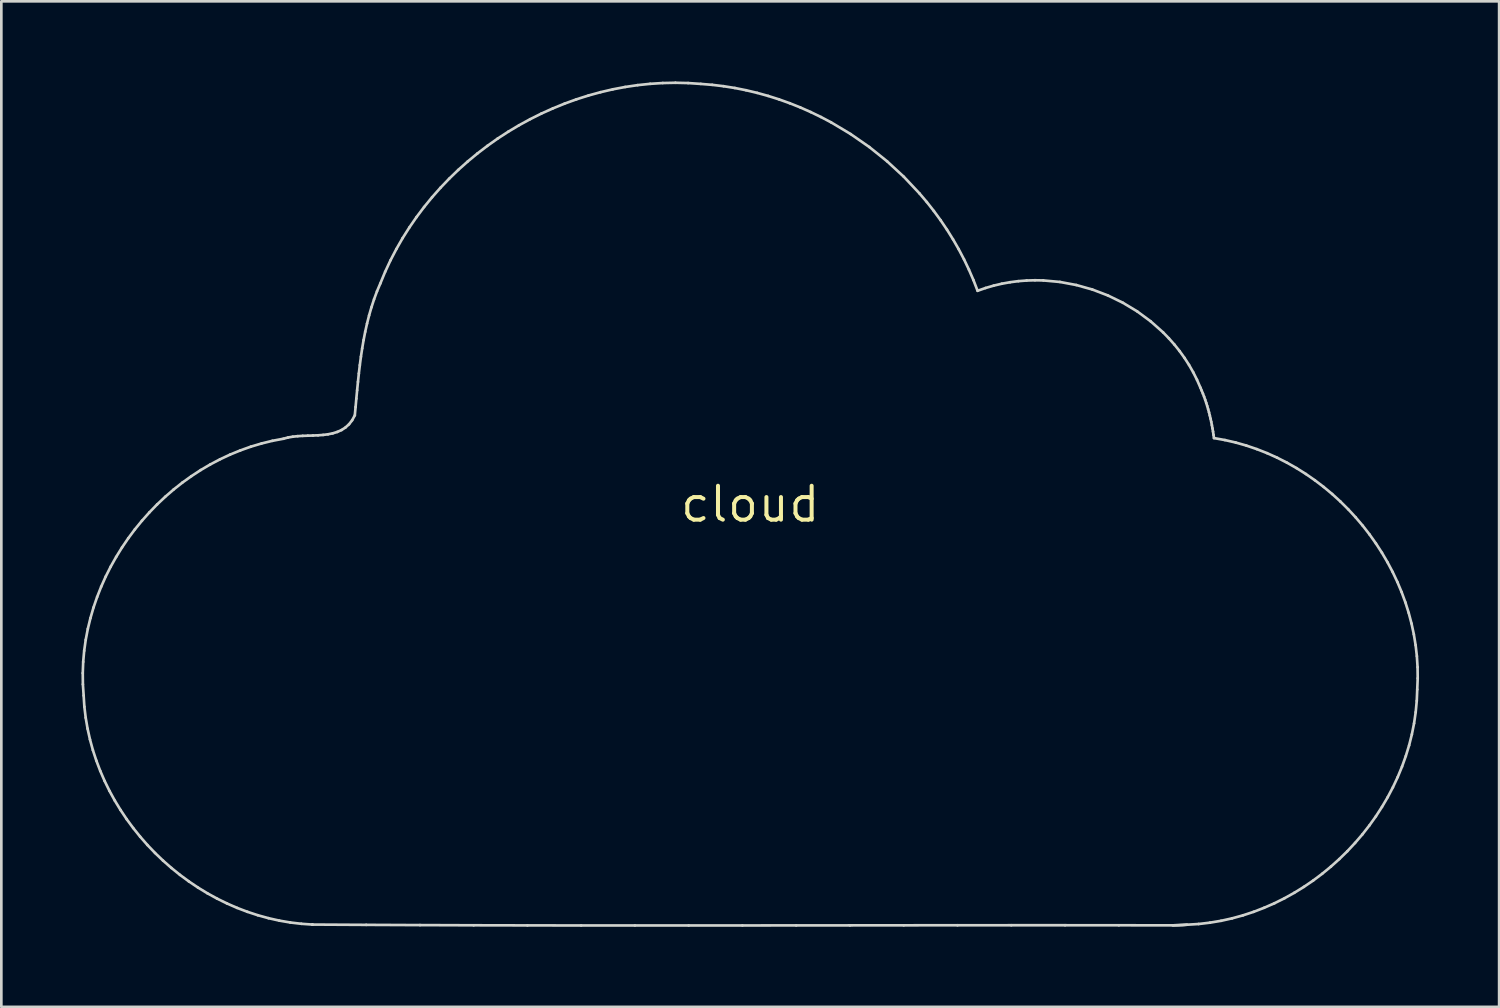
<source format=kicad_pcb>
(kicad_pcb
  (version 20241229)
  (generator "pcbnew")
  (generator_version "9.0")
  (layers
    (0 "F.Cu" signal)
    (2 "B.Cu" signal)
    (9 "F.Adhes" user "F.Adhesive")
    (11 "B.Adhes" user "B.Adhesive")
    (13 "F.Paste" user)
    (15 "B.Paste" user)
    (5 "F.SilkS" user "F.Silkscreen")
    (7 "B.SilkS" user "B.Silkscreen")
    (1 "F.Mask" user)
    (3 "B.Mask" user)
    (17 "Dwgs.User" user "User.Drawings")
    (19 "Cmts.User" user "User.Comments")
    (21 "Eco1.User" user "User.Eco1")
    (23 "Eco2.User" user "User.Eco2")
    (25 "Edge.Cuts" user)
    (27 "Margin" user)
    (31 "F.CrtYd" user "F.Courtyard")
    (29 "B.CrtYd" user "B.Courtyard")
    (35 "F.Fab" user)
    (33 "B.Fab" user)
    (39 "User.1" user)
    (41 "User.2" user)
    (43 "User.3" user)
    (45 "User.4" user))
  (footprint "cloud"
    (layer "F.Cu")
    (at 25.053 15.835)
    (property "Reference" "cloud" (at 0 0 0) (layer "F.SilkS") (effects (font (size 1.27 1.27) (thickness 0.15))))
    (attr through_hole)
    (fp_poly (pts (xy -2.074 -15.762) (xy -1.479 -15.717) (xy -0.974 -15.654) (xy -0.271 -15.529) (xy 0.418 -15.364) (xy 1.092 -15.161) (xy 1.749 -14.92) (xy 2.389 -14.642) (xy 3.01 -14.328) (xy 3.61 -13.98) (xy 4.189 -13.597) (xy 4.745 -13.181) (xy 5.276 -12.732) (xy 5.782 -12.253) (xy 6.261 -11.743) (xy 6.711 -11.203) (xy 7.132 -10.635) (xy 7.522 -10.039) (xy 7.78 -9.599) (xy 7.886 -9.404) (xy 7.995 -9.19) (xy 8.105 -8.967) (xy 8.211 -8.743) (xy 8.309 -8.525) (xy 8.395 -8.324) (xy 8.465 -8.147) (xy 8.489 -8.083) (xy 8.516 -8.006) (xy 8.634 -8.047) (xy 8.85 -8.114) (xy 9.096 -8.179) (xy 9.362 -8.239) (xy 9.634 -8.29) (xy 9.902 -8.332) (xy 10.154 -8.361) (xy 10.157 -8.362) (xy 10.325 -8.373) (xy 10.521 -8.379) (xy 10.736 -8.38) (xy 10.958 -8.376) (xy 11.179 -8.368) (xy 11.387 -8.356) (xy 11.573 -8.34) (xy 11.716 -8.322) (xy 12.251 -8.219) (xy 12.768 -8.078) (xy 13.265 -7.9) (xy 13.744 -7.683) (xy 14.205 -7.428) (xy 14.632 -7.146) (xy 15.02 -6.844) (xy 15.39 -6.508) (xy 15.738 -6.141) (xy 16.06 -5.751) (xy 16.351 -5.341) (xy 16.605 -4.919) (xy 16.633 -4.868) (xy 16.811 -4.506) (xy 16.972 -4.12) (xy 17.11 -3.723) (xy 17.223 -3.324) (xy 17.307 -2.936) (xy 17.323 -2.836) (xy 17.339 -2.737) (xy 17.353 -2.646) (xy 17.364 -2.577) (xy 17.368 -2.549) (xy 17.375 -2.519) (xy 17.388 -2.498) (xy 17.417 -2.483) (xy 17.469 -2.468) (xy 17.552 -2.452) (xy 17.574 -2.448) (xy 18.047 -2.342) (xy 18.53 -2.205) (xy 19.014 -2.039) (xy 19.489 -1.849) (xy 19.945 -1.638) (xy 20.372 -1.409) (xy 20.447 -1.365) (xy 20.981 -1.024) (xy 21.486 -0.654) (xy 21.961 -0.255) (xy 22.406 0.171) (xy 22.818 0.623) (xy 23.198 1.099) (xy 23.544 1.598) (xy 23.856 2.118) (xy 24.132 2.659) (xy 24.373 3.218) (xy 24.576 3.795) (xy 24.742 4.387) (xy 24.869 4.995) (xy 24.956 5.615) (xy 24.979 5.853) (xy 24.987 5.987) (xy 24.992 6.154) (xy 24.994 6.344) (xy 24.994 6.551) (xy 24.991 6.765) (xy 24.986 6.978) (xy 24.979 7.182) (xy 24.97 7.369) (xy 24.96 7.531) (xy 24.947 7.659) (xy 24.946 7.662) (xy 24.847 8.29) (xy 24.708 8.902) (xy 24.531 9.499) (xy 24.316 10.078) (xy 24.064 10.639) (xy 23.776 11.181) (xy 23.452 11.701) (xy 23.093 12.199) (xy 22.7 12.674) (xy 22.273 13.123) (xy 21.814 13.547) (xy 21.548 13.768) (xy 21.047 14.143) (xy 20.526 14.48) (xy 19.987 14.779) (xy 19.43 15.041) (xy 18.857 15.263) (xy 18.268 15.447) (xy 17.665 15.592) (xy 17.048 15.697) (xy 16.419 15.762) (xy 16.309 15.769) (xy 16.268 15.77) (xy 16.187 15.771) (xy 16.065 15.772) (xy 15.905 15.773) (xy 15.708 15.774) (xy 15.475 15.775) (xy 15.207 15.776) (xy 14.906 15.777) (xy 14.572 15.778) (xy 14.208 15.778) (xy 13.814 15.779) (xy 13.392 15.78) (xy 12.942 15.781) (xy 12.467 15.781) (xy 11.967 15.782) (xy 11.444 15.783) (xy 10.899 15.783) (xy 10.333 15.784) (xy 9.747 15.784) (xy 9.144 15.785) (xy 8.523 15.785) (xy 7.887 15.785) (xy 7.236 15.786) (xy 6.573 15.786) (xy 5.897 15.786) (xy 5.211 15.787) (xy 4.515 15.787) (xy 3.812 15.787) (xy 3.102 15.787) (xy 2.386 15.787) (xy 1.666 15.787) (xy 0.943 15.787) (xy 0.218 15.787) (xy -0.507 15.787) (xy -1.231 15.787) (xy -1.954 15.787) (xy -2.672 15.787) (xy -3.387 15.787) (xy -4.095 15.786) (xy -4.796 15.786) (xy -5.488 15.786) (xy -6.171 15.786) (xy -6.843 15.785) (xy -7.503 15.785) (xy -8.149 15.784) (xy -8.78 15.784) (xy -9.395 15.784) (xy -9.993 15.783) (xy -10.572 15.782) (xy -11.131 15.782) (xy -11.669 15.781) (xy -12.185 15.781) (xy -12.677 15.78) (xy -13.144 15.779) (xy -13.585 15.778) (xy -13.998 15.778) (xy -14.383 15.777) (xy -14.737 15.776) (xy -15.06 15.775) (xy -15.351 15.774) (xy -15.608 15.773) (xy -15.829 15.772) (xy -16.015 15.771) (xy -16.162 15.77) (xy -16.271 15.769) (xy -16.339 15.768) (xy -16.362 15.767) (xy -16.974 15.71) (xy -17.575 15.613) (xy -18.163 15.478) (xy -18.737 15.305) (xy -19.296 15.096) (xy -19.837 14.853) (xy -20.359 14.576) (xy -20.862 14.267) (xy -21.343 13.927) (xy -21.801 13.557) (xy -22.235 13.159) (xy -22.643 12.734) (xy -23.024 12.283) (xy -23.375 11.808) (xy -23.697 11.31) (xy -23.987 10.79) (xy -24.244 10.249) (xy -24.467 9.69) (xy -24.653 9.112) (xy -24.802 8.517) (xy -24.858 8.234) (xy -24.892 8.044) (xy -24.919 7.873) (xy -24.941 7.713) (xy -24.958 7.557) (xy -24.97 7.397) (xy -24.979 7.225) (xy -24.984 7.032) (xy -24.987 6.813) (xy -24.987 6.583) (xy -24.987 6.43) (xy -22.325 6.43) (xy -22.317 6.933) (xy -22.27 7.432) (xy -22.186 7.925) (xy -22.064 8.411) (xy -21.904 8.886) (xy -21.708 9.35) (xy -21.475 9.798) (xy -21.206 10.23) (xy -20.902 10.643) (xy -20.562 11.035) (xy -20.415 11.187) (xy -20.033 11.539) (xy -19.626 11.86) (xy -19.197 12.146) (xy -18.749 12.397) (xy -18.283 12.613) (xy -17.804 12.79) (xy -17.312 12.929) (xy -16.812 13.028) (xy -16.403 13.079) (xy -16.369 13.08) (xy -16.293 13.081) (xy -16.178 13.082) (xy -16.025 13.083) (xy -15.834 13.084) (xy -15.607 13.085) (xy -15.345 13.086) (xy -15.05 13.087) (xy -14.723 13.088) (xy -14.364 13.089) (xy -13.976 13.09) (xy -13.559 13.09) (xy -13.116 13.091) (xy -12.646 13.092) (xy -12.151 13.093) (xy -11.633 13.093) (xy -11.093 13.094) (xy -10.532 13.094) (xy -9.951 13.095) (xy -9.352 13.095) (xy -8.736 13.096) (xy -8.104 13.096) (xy -7.457 13.097) (xy -6.797 13.097) (xy -6.124 13.098) (xy -5.441 13.098) (xy -4.749 13.098) (xy -4.048 13.098) (xy -3.34 13.099) (xy -2.626 13.099) (xy -1.907 13.099) (xy -1.186 13.099) (xy -0.462 13.099) (xy 0.263 13.099) (xy 0.987 13.099) (xy 1.709 13.099) (xy 2.428 13.099) (xy 3.143 13.099) (xy 3.853 13.099) (xy 4.555 13.099) (xy 5.25 13.099) (xy 5.935 13.098) (xy 6.61 13.098) (xy 7.273 13.098) (xy 7.923 13.098) (xy 8.558 13.097) (xy 9.178 13.097) (xy 9.781 13.096) (xy 10.366 13.096) (xy 10.931 13.095) (xy 11.476 13.095) (xy 11.999 13.094) (xy 12.499 13.094) (xy 12.974 13.093) (xy 13.424 13.092) (xy 13.847 13.091) (xy 14.241 13.091) (xy 14.606 13.09) (xy 14.94 13.089) (xy 15.243 13.088) (xy 15.512 13.087) (xy 15.747 13.086) (xy 15.945 13.085) (xy 16.107 13.084) (xy 16.231 13.083) (xy 16.315 13.082) (xy 16.358 13.081) (xy 16.362 13.081) (xy 16.877 13.015) (xy 17.379 12.91) (xy 17.868 12.767) (xy 18.341 12.588) (xy 18.796 12.374) (xy 19.232 12.126) (xy 19.647 11.846) (xy 20.039 11.536) (xy 20.406 11.197) (xy 20.747 10.831) (xy 21.06 10.439) (xy 21.343 10.023) (xy 21.593 9.584) (xy 21.811 9.123) (xy 21.992 8.643) (xy 22.13 8.174) (xy 22.237 7.663) (xy 22.303 7.147) (xy 22.327 6.625) (xy 22.309 6.102) (xy 22.25 5.578) (xy 22.169 5.144) (xy 22.127 4.973) (xy 22.07 4.776) (xy 22.003 4.565) (xy 21.93 4.353) (xy 21.855 4.15) (xy 21.782 3.97) (xy 21.749 3.897) (xy 21.515 3.432) (xy 21.249 2.995) (xy 20.951 2.581) (xy 20.617 2.189) (xy 20.405 1.968) (xy 20.02 1.612) (xy 19.616 1.294) (xy 19.192 1.011) (xy 18.744 0.763) (xy 18.445 0.621) (xy 18.054 0.462) (xy 17.664 0.332) (xy 17.266 0.229) (xy 16.853 0.15) (xy 16.414 0.094) (xy 16.188 0.075) (xy 16.006 0.059) (xy 15.858 0.042) (xy 15.737 0.022) (xy 15.634 -0.003) (xy 15.542 -0.036) (xy 15.452 -0.077) (xy 15.388 -0.111) (xy 15.279 -0.186) (xy 15.163 -0.287) (xy 15.051 -0.404) (xy 14.953 -0.525) (xy 14.879 -0.639) (xy 14.876 -0.646) (xy 14.83 -0.738) (xy 14.794 -0.823) (xy 14.768 -0.906) (xy 14.749 -0.996) (xy 14.737 -1.1) (xy 14.731 -1.224) (xy 14.729 -1.377) (xy 14.729 -1.545) (xy 14.73 -1.762) (xy 14.726 -1.943) (xy 14.718 -2.094) (xy 14.705 -2.222) (xy 14.701 -2.252) (xy 14.623 -2.657) (xy 14.508 -3.046) (xy 14.356 -3.417) (xy 14.171 -3.767) (xy 13.953 -4.095) (xy 13.704 -4.399) (xy 13.427 -4.676) (xy 13.124 -4.926) (xy 12.795 -5.144) (xy 12.443 -5.331) (xy 12.07 -5.483) (xy 11.678 -5.599) (xy 11.599 -5.617) (xy 11.198 -5.685) (xy 10.798 -5.71) (xy 10.399 -5.694) (xy 10.004 -5.636) (xy 9.614 -5.537) (xy 9.23 -5.397) (xy 8.854 -5.217) (xy 8.554 -5.039) (xy 8.426 -4.959) (xy 8.322 -4.898) (xy 8.232 -4.854) (xy 8.147 -4.82) (xy 8.057 -4.793) (xy 7.986 -4.776) (xy 7.756 -4.745) (xy 7.527 -4.754) (xy 7.305 -4.803) (xy 7.093 -4.891) (xy 6.897 -5.015) (xy 6.753 -5.142) (xy 6.665 -5.236) (xy 6.592 -5.329) (xy 6.531 -5.429) (xy 6.477 -5.543) (xy 6.428 -5.679) (xy 6.379 -5.844) (xy 6.341 -5.99) (xy 6.165 -6.605) (xy 5.952 -7.202) (xy 5.701 -7.779) (xy 5.412 -8.336) (xy 5.086 -8.873) (xy 4.724 -9.389) (xy 4.46 -9.724) (xy 4.385 -9.811) (xy 4.287 -9.921) (xy 4.172 -10.044) (xy 4.048 -10.175) (xy 3.922 -10.305) (xy 3.834 -10.394) (xy 3.465 -10.745) (xy 3.097 -11.062) (xy 2.723 -11.349) (xy 2.334 -11.614) (xy 1.921 -11.861) (xy 1.476 -12.097) (xy 1.439 -12.115) (xy 0.875 -12.375) (xy 0.31 -12.594) (xy -0.259 -12.772) (xy -0.837 -12.911) (xy -1.426 -13.011) (xy -2.031 -13.073) (xy -2.498 -13.095) (xy -3.123 -13.091) (xy -3.742 -13.045) (xy -4.351 -12.959) (xy -4.951 -12.833) (xy -5.539 -12.668) (xy -6.113 -12.465) (xy -6.672 -12.224) (xy -7.215 -11.947) (xy -7.739 -11.634) (xy -8.244 -11.287) (xy -8.727 -10.904) (xy -9.187 -10.489) (xy -9.623 -10.04) (xy -10.033 -9.56) (xy -10.188 -9.36) (xy -10.537 -8.866) (xy -10.853 -8.345) (xy -11.135 -7.803) (xy -11.382 -7.242) (xy -11.592 -6.666) (xy -11.763 -6.079) (xy -11.864 -5.641) (xy -11.908 -5.409) (xy -11.946 -5.184) (xy -11.977 -4.956) (xy -12.003 -4.717) (xy -12.024 -4.46) (xy -12.042 -4.176) (xy -12.054 -3.926) (xy -12.064 -3.723) (xy -12.073 -3.555) (xy -12.082 -3.416) (xy -12.092 -3.302) (xy -12.102 -3.204) (xy -12.115 -3.116) (xy -12.13 -3.034) (xy -12.138 -2.994) (xy -12.239 -2.609) (xy -12.377 -2.24) (xy -12.552 -1.89) (xy -12.76 -1.561) (xy -12.999 -1.256) (xy -13.267 -0.977) (xy -13.563 -0.726) (xy -13.884 -0.505) (xy -14.228 -0.317) (xy -14.593 -0.165) (xy -14.699 -0.128) (xy -14.878 -0.074) (xy -15.051 -0.031) (xy -15.227 0.003) (xy -15.416 0.028) (xy -15.628 0.047) (xy -15.871 0.061) (xy -15.917 0.063) (xy -16.327 0.088) (xy -16.705 0.128) (xy -17.059 0.184) (xy -17.398 0.257) (xy -17.73 0.351) (xy -18.063 0.465) (xy -18.076 0.47) (xy -18.556 0.67) (xy -19.009 0.902) (xy -19.438 1.167) (xy -19.847 1.468) (xy -20.238 1.807) (xy -20.416 1.979) (xy -20.773 2.363) (xy -21.091 2.765) (xy -21.374 3.186) (xy -21.621 3.629) (xy -21.772 3.948) (xy -21.963 4.433) (xy -22.113 4.926) (xy -22.223 5.425) (xy -22.294 5.927) (xy -22.325 6.43) (xy -24.987 6.43) (xy -24.987 6.359) (xy -24.985 6.169) (xy -24.982 6.007) (xy -24.977 5.864) (xy -24.969 5.733) (xy -24.957 5.606) (xy -24.942 5.476) (xy -24.922 5.334) (xy -24.898 5.173) (xy -24.88 5.059) (xy -24.774 4.516) (xy -24.63 3.969) (xy -24.451 3.427) (xy -24.241 2.896) (xy -24.002 2.386) (xy -23.831 2.066) (xy -23.754 1.936) (xy -23.658 1.782) (xy -23.549 1.614) (xy -23.435 1.441) (xy -23.319 1.273) (xy -23.21 1.118) (xy -23.113 0.985) (xy -23.071 0.931) (xy -22.66 0.444) (xy -22.224 -0.01) (xy -21.764 -0.43) (xy -21.28 -0.815) (xy -20.772 -1.165) (xy -20.243 -1.48) (xy -19.692 -1.758) (xy -19.12 -2) (xy -18.701 -2.15) (xy -18.263 -2.284) (xy -17.837 -2.392) (xy -17.412 -2.477) (xy -16.975 -2.541) (xy -16.518 -2.585) (xy -16.199 -2.604) (xy -16.019 -2.613) (xy -15.874 -2.622) (xy -15.758 -2.633) (xy -15.663 -2.646) (xy -15.584 -2.663) (xy -15.513 -2.685) (xy -15.443 -2.713) (xy -15.37 -2.747) (xy -15.193 -2.856) (xy -15.039 -2.998) (xy -14.913 -3.169) (xy -14.861 -3.266) (xy -14.812 -3.377) (xy -14.777 -3.482) (xy -14.753 -3.592) (xy -14.739 -3.718) (xy -14.733 -3.869) (xy -14.732 -3.967) (xy -14.724 -4.294) (xy -14.703 -4.649) (xy -14.67 -5.021) (xy -14.625 -5.398) (xy -14.569 -5.768) (xy -14.562 -5.81) (xy -14.497 -6.169) (xy -14.425 -6.505) (xy -14.343 -6.834) (xy -14.249 -7.169) (xy -14.137 -7.522) (xy -14.094 -7.651) (xy -13.853 -8.302) (xy -13.573 -8.938) (xy -13.254 -9.559) (xy -12.899 -10.161) (xy -12.509 -10.742) (xy -12.085 -11.3) (xy -11.629 -11.834) (xy -11.142 -12.34) (xy -11.089 -12.391) (xy -10.557 -12.877) (xy -10.002 -13.328) (xy -9.426 -13.742) (xy -8.829 -14.12) (xy -8.213 -14.461) (xy -7.578 -14.764) (xy -6.925 -15.03) (xy -6.256 -15.256) (xy -5.571 -15.444) (xy -4.871 -15.592) (xy -4.444 -15.662) (xy -3.874 -15.729) (xy -3.282 -15.768) (xy -2.679 -15.779) (xy -2.074 -15.762)) (stroke (width 0.01) (type solid)) (fill yes) (layer "F.Mask"))
    (fp_line (start -25.003 6.327) (end -24.987 5.908) (stroke (width 0.1) (type solid)) (layer "Edge.Cuts"))
    (fp_line (start -24.998 6.747) (end -25.003 6.327) (stroke (width 0.1) (type solid)) (layer "Edge.Cuts"))
    (fp_line (start -24.987 5.908) (end -24.95 5.493) (stroke (width 0.1) (type solid)) (layer "Edge.Cuts"))
    (fp_line (start -24.97 7.168) (end -24.998 6.747) (stroke (width 0.1) (type solid)) (layer "Edge.Cuts"))
    (fp_line (start -24.95 5.493) (end -24.892 5.08) (stroke (width 0.1) (type solid)) (layer "Edge.Cuts"))
    (fp_line (start -24.943 7.585) (end -24.97 7.168) (stroke (width 0.1) (type solid)) (layer "Edge.Cuts"))
    (fp_line (start -24.893 7.999) (end -24.943 7.585) (stroke (width 0.1) (type solid)) (layer "Edge.Cuts"))
    (fp_line (start -24.892 5.08) (end -24.814 4.672) (stroke (width 0.1) (type solid)) (layer "Edge.Cuts"))
    (fp_line (start -24.823 8.409) (end -24.893 7.999) (stroke (width 0.1) (type solid)) (layer "Edge.Cuts"))
    (fp_line (start -24.814 4.672) (end -24.716 4.268) (stroke (width 0.1) (type solid)) (layer "Edge.Cuts"))
    (fp_line (start -24.733 8.813) (end -24.823 8.409) (stroke (width 0.1) (type solid)) (layer "Edge.Cuts"))
    (fp_line (start -24.716 4.268) (end -24.6 3.869) (stroke (width 0.1) (type solid)) (layer "Edge.Cuts"))
    (fp_line (start -24.624 9.212) (end -24.733 8.813) (stroke (width 0.1) (type solid)) (layer "Edge.Cuts"))
    (fp_line (start -24.6 3.869) (end -24.465 3.476) (stroke (width 0.1) (type solid)) (layer "Edge.Cuts"))
    (fp_line (start -24.495 9.605) (end -24.624 9.212) (stroke (width 0.1) (type solid)) (layer "Edge.Cuts"))
    (fp_line (start -24.465 3.476) (end -24.313 3.09) (stroke (width 0.1) (type solid)) (layer "Edge.Cuts"))
    (fp_line (start -24.348 9.991) (end -24.495 9.605) (stroke (width 0.1) (type solid)) (layer "Edge.Cuts"))
    (fp_line (start -24.313 3.09) (end -24.143 2.71) (stroke (width 0.1) (type solid)) (layer "Edge.Cuts"))
    (fp_line (start -24.184 10.369) (end -24.348 9.991) (stroke (width 0.1) (type solid)) (layer "Edge.Cuts"))
    (fp_line (start -24.143 2.71) (end -23.956 2.339) (stroke (width 0.1) (type solid)) (layer "Edge.Cuts"))
    (fp_line (start -24.002 10.74) (end -24.184 10.369) (stroke (width 0.1) (type solid)) (layer "Edge.Cuts"))
    (fp_line (start -23.956 2.339) (end -23.752 1.976) (stroke (width 0.1) (type solid)) (layer "Edge.Cuts"))
    (fp_line (start -23.803 11.102) (end -24.002 10.74) (stroke (width 0.1) (type solid)) (layer "Edge.Cuts"))
    (fp_line (start -23.752 1.976) (end -23.533 1.621) (stroke (width 0.1) (type solid)) (layer "Edge.Cuts"))
    (fp_line (start -23.588 11.455) (end -23.803 11.102) (stroke (width 0.1) (type solid)) (layer "Edge.Cuts"))
    (fp_line (start -23.533 1.621) (end -23.299 1.277) (stroke (width 0.1) (type solid)) (layer "Edge.Cuts"))
    (fp_line (start -23.358 11.799) (end -23.588 11.455) (stroke (width 0.1) (type solid)) (layer "Edge.Cuts"))
    (fp_line (start -23.299 1.277) (end -23.05 0.943) (stroke (width 0.1) (type solid)) (layer "Edge.Cuts"))
    (fp_line (start -23.113 12.132) (end -23.358 11.799) (stroke (width 0.1) (type solid)) (layer "Edge.Cuts"))
    (fp_line (start -23.05 0.943) (end -22.786 0.62) (stroke (width 0.1) (type solid)) (layer "Edge.Cuts"))
    (fp_line (start -22.854 12.454) (end -23.113 12.132) (stroke (width 0.1) (type solid)) (layer "Edge.Cuts"))
    (fp_line (start -22.786 0.62) (end -22.509 0.309) (stroke (width 0.1) (type solid)) (layer "Edge.Cuts"))
    (fp_line (start -22.581 12.766) (end -22.854 12.454) (stroke (width 0.1) (type solid)) (layer "Edge.Cuts"))
    (fp_line (start -22.509 0.309) (end -22.219 0.01) (stroke (width 0.1) (type solid)) (layer "Edge.Cuts"))
    (fp_line (start -22.295 13.065) (end -22.581 12.766) (stroke (width 0.1) (type solid)) (layer "Edge.Cuts"))
    (fp_line (start -22.219 0.01) (end -21.916 -0.276) (stroke (width 0.1) (type solid)) (layer "Edge.Cuts"))
    (fp_line (start -21.996 13.351) (end -22.295 13.065) (stroke (width 0.1) (type solid)) (layer "Edge.Cuts"))
    (fp_line (start -21.916 -0.276) (end -21.601 -0.548) (stroke (width 0.1) (type solid)) (layer "Edge.Cuts"))
    (fp_line (start -21.685 13.624) (end -21.996 13.351) (stroke (width 0.1) (type solid)) (layer "Edge.Cuts"))
    (fp_line (start -21.601 -0.548) (end -21.275 -0.806) (stroke (width 0.1) (type solid)) (layer "Edge.Cuts"))
    (fp_line (start -21.363 13.884) (end -21.685 13.624) (stroke (width 0.1) (type solid)) (layer "Edge.Cuts"))
    (fp_line (start -21.275 -0.806) (end -20.937 -1.048) (stroke (width 0.1) (type solid)) (layer "Edge.Cuts"))
    (fp_line (start -21.03 14.129) (end -21.363 13.884) (stroke (width 0.1) (type solid)) (layer "Edge.Cuts"))
    (fp_line (start -20.937 -1.048) (end -20.589 -1.276) (stroke (width 0.1) (type solid)) (layer "Edge.Cuts"))
    (fp_line (start -20.687 14.36) (end -21.03 14.129) (stroke (width 0.1) (type solid)) (layer "Edge.Cuts"))
    (fp_line (start -20.589 -1.276) (end -20.23 -1.487) (stroke (width 0.1) (type solid)) (layer "Edge.Cuts"))
    (fp_line (start -20.334 14.575) (end -20.687 14.36) (stroke (width 0.1) (type solid)) (layer "Edge.Cuts"))
    (fp_line (start -20.23 -1.487) (end -19.862 -1.681) (stroke (width 0.1) (type solid)) (layer "Edge.Cuts"))
    (fp_line (start -19.972 14.774) (end -20.334 14.575) (stroke (width 0.1) (type solid)) (layer "Edge.Cuts"))
    (fp_line (start -19.862 -1.681) (end -19.486 -1.857) (stroke (width 0.1) (type solid)) (layer "Edge.Cuts"))
    (fp_line (start -19.601 14.956) (end -19.972 14.774) (stroke (width 0.1) (type solid)) (layer "Edge.Cuts"))
    (fp_line (start -19.486 -1.857) (end -19.1 -2.015) (stroke (width 0.1) (type solid)) (layer "Edge.Cuts"))
    (fp_line (start -19.223 15.121) (end -19.601 14.956) (stroke (width 0.1) (type solid)) (layer "Edge.Cuts"))
    (fp_line (start -19.1 -2.015) (end -18.707 -2.155) (stroke (width 0.1) (type solid)) (layer "Edge.Cuts"))
    (fp_line (start -18.837 15.268) (end -19.223 15.121) (stroke (width 0.1) (type solid)) (layer "Edge.Cuts"))
    (fp_line (start -18.707 -2.155) (end -18.306 -2.274) (stroke (width 0.1) (type solid)) (layer "Edge.Cuts"))
    (fp_line (start -18.444 15.397) (end -18.837 15.268) (stroke (width 0.1) (type solid)) (layer "Edge.Cuts"))
    (fp_line (start -18.306 -2.274) (end -17.899 -2.374) (stroke (width 0.1) (type solid)) (layer "Edge.Cuts"))
    (fp_line (start -18.045 15.507) (end -18.444 15.397) (stroke (width 0.1) (type solid)) (layer "Edge.Cuts"))
    (fp_line (start -17.899 -2.374) (end -17.485 -2.452) (stroke (width 0.1) (type solid)) (layer "Edge.Cuts"))
    (fp_line (start -17.641 15.598) (end -18.045 15.507) (stroke (width 0.1) (type solid)) (layer "Edge.Cuts"))
    (fp_line (start -17.485 -2.452) (end -17.315 -2.498) (stroke (width 0.1) (type solid)) (layer "Edge.Cuts"))
    (fp_line (start -17.315 -2.498) (end -17.137 -2.528) (stroke (width 0.1) (type solid)) (layer "Edge.Cuts"))
    (fp_line (start -17.232 15.668) (end -17.641 15.598) (stroke (width 0.1) (type solid)) (layer "Edge.Cuts"))
    (fp_line (start -17.137 -2.528) (end -16.953 -2.548) (stroke (width 0.1) (type solid)) (layer "Edge.Cuts"))
    (fp_line (start -16.953 -2.548) (end -16.764 -2.559) (stroke (width 0.1) (type solid)) (layer "Edge.Cuts"))
    (fp_line (start -16.818 15.717) (end -17.232 15.668) (stroke (width 0.1) (type solid)) (layer "Edge.Cuts"))
    (fp_line (start -16.764 -2.559) (end -16.573 -2.566) (stroke (width 0.1) (type solid)) (layer "Edge.Cuts"))
    (fp_line (start -16.573 -2.566) (end -16.38 -2.572) (stroke (width 0.1) (type solid)) (layer "Edge.Cuts"))
    (fp_line (start -16.4 15.746) (end -16.818 15.717) (stroke (width 0.1) (type solid)) (layer "Edge.Cuts"))
    (fp_line (start -16.4 15.746) (end -16.4 15.746) (stroke (width 0.1) (type solid)) (layer "Edge.Cuts"))
    (fp_line (start -16.4 15.746) (end -16.4 15.746) (stroke (width 0.1) (type solid)) (layer "Edge.Cuts"))
    (fp_line (start -16.38 -2.572) (end -16.189 -2.58) (stroke (width 0.1) (type solid)) (layer "Edge.Cuts"))
    (fp_line (start -16.189 -2.58) (end -16 -2.594) (stroke (width 0.1) (type solid)) (layer "Edge.Cuts"))
    (fp_line (start -16 -2.594) (end -15.816 -2.618) (stroke (width 0.1) (type solid)) (layer "Edge.Cuts"))
    (fp_line (start -15.816 -2.618) (end -15.639 -2.654) (stroke (width 0.1) (type solid)) (layer "Edge.Cuts"))
    (fp_line (start -15.639 -2.654) (end -15.47 -2.706) (stroke (width 0.1) (type solid)) (layer "Edge.Cuts"))
    (fp_line (start -15.47 -2.706) (end -15.311 -2.777) (stroke (width 0.1) (type solid)) (layer "Edge.Cuts"))
    (fp_line (start -15.311 -2.777) (end -15.164 -2.872) (stroke (width 0.1) (type solid)) (layer "Edge.Cuts"))
    (fp_line (start -15.164 -2.872) (end -15.03 -2.993) (stroke (width 0.1) (type solid)) (layer "Edge.Cuts"))
    (fp_line (start -15.03 -2.993) (end -14.913 -3.144) (stroke (width 0.1) (type solid)) (layer "Edge.Cuts"))
    (fp_line (start -14.913 -3.144) (end -14.813 -3.328) (stroke (width 0.1) (type solid)) (layer "Edge.Cuts"))
    (fp_line (start -14.813 -3.328) (end -14.784 -3.64) (stroke (width 0.1) (type solid)) (layer "Edge.Cuts"))
    (fp_line (start -14.784 -3.64) (end -14.756 -3.953) (stroke (width 0.1) (type solid)) (layer "Edge.Cuts"))
    (fp_line (start -14.756 -3.953) (end -14.726 -4.267) (stroke (width 0.1) (type solid)) (layer "Edge.Cuts"))
    (fp_line (start -14.726 -4.267) (end -14.695 -4.581) (stroke (width 0.1) (type solid)) (layer "Edge.Cuts"))
    (fp_line (start -14.695 -4.581) (end -14.662 -4.896) (stroke (width 0.1) (type solid)) (layer "Edge.Cuts"))
    (fp_line (start -14.662 -4.896) (end -14.625 -5.21) (stroke (width 0.1) (type solid)) (layer "Edge.Cuts"))
    (fp_line (start -14.625 -5.21) (end -14.584 -5.523) (stroke (width 0.1) (type solid)) (layer "Edge.Cuts"))
    (fp_line (start -14.584 -5.523) (end -14.537 -5.836) (stroke (width 0.1) (type solid)) (layer "Edge.Cuts"))
    (fp_line (start -14.537 -5.836) (end -14.484 -6.147) (stroke (width 0.1) (type solid)) (layer "Edge.Cuts"))
    (fp_line (start -14.484 -6.147) (end -14.424 -6.457) (stroke (width 0.1) (type solid)) (layer "Edge.Cuts"))
    (fp_line (start -14.424 -6.457) (end -14.355 -6.765) (stroke (width 0.1) (type solid)) (layer "Edge.Cuts"))
    (fp_line (start -14.387 15.757) (end -16.4 15.746) (stroke (width 0.1) (type solid)) (layer "Edge.Cuts"))
    (fp_line (start -14.355 -6.765) (end -14.278 -7.071) (stroke (width 0.1) (type solid)) (layer "Edge.Cuts"))
    (fp_line (start -14.278 -7.071) (end -14.19 -7.375) (stroke (width 0.1) (type solid)) (layer "Edge.Cuts"))
    (fp_line (start -14.19 -7.375) (end -14.092 -7.675) (stroke (width 0.1) (type solid)) (layer "Edge.Cuts"))
    (fp_line (start -14.092 -7.675) (end -13.982 -7.973) (stroke (width 0.1) (type solid)) (layer "Edge.Cuts"))
    (fp_line (start -13.982 -7.973) (end -13.858 -8.266) (stroke (width 0.1) (type solid)) (layer "Edge.Cuts"))
    (fp_line (start -13.858 -8.266) (end -13.676 -8.706) (stroke (width 0.1) (type solid)) (layer "Edge.Cuts"))
    (fp_line (start -13.676 -8.706) (end -13.476 -9.136) (stroke (width 0.1) (type solid)) (layer "Edge.Cuts"))
    (fp_line (start -13.476 -9.136) (end -13.257 -9.556) (stroke (width 0.1) (type solid)) (layer "Edge.Cuts"))
    (fp_line (start -13.257 -9.556) (end -13.022 -9.966) (stroke (width 0.1) (type solid)) (layer "Edge.Cuts"))
    (fp_line (start -13.022 -9.966) (end -12.769 -10.366) (stroke (width 0.1) (type solid)) (layer "Edge.Cuts"))
    (fp_line (start -12.769 -10.366) (end -12.501 -10.754) (stroke (width 0.1) (type solid)) (layer "Edge.Cuts"))
    (fp_line (start -12.501 -10.754) (end -12.217 -11.132) (stroke (width 0.1) (type solid)) (layer "Edge.Cuts"))
    (fp_line (start -12.374 15.766) (end -14.387 15.757) (stroke (width 0.1) (type solid)) (layer "Edge.Cuts"))
    (fp_line (start -12.217 -11.132) (end -11.919 -11.497) (stroke (width 0.1) (type solid)) (layer "Edge.Cuts"))
    (fp_line (start -11.919 -11.497) (end -11.606 -11.85) (stroke (width 0.1) (type solid)) (layer "Edge.Cuts"))
    (fp_line (start -11.606 -11.85) (end -11.279 -12.191) (stroke (width 0.1) (type solid)) (layer "Edge.Cuts"))
    (fp_line (start -11.279 -12.191) (end -10.94 -12.519) (stroke (width 0.1) (type solid)) (layer "Edge.Cuts"))
    (fp_line (start -10.94 -12.519) (end -10.588 -12.833) (stroke (width 0.1) (type solid)) (layer "Edge.Cuts"))
    (fp_line (start -10.588 -12.833) (end -10.224 -13.134) (stroke (width 0.1) (type solid)) (layer "Edge.Cuts"))
    (fp_line (start -10.361 15.773) (end -12.374 15.766) (stroke (width 0.1) (type solid)) (layer "Edge.Cuts"))
    (fp_line (start -10.224 -13.134) (end -9.848 -13.421) (stroke (width 0.1) (type solid)) (layer "Edge.Cuts"))
    (fp_line (start -9.848 -13.421) (end -9.463 -13.694) (stroke (width 0.1) (type solid)) (layer "Edge.Cuts"))
    (fp_line (start -9.463 -13.694) (end -9.067 -13.951) (stroke (width 0.1) (type solid)) (layer "Edge.Cuts"))
    (fp_line (start -9.067 -13.951) (end -8.661 -14.194) (stroke (width 0.1) (type solid)) (layer "Edge.Cuts"))
    (fp_line (start -8.661 -14.194) (end -8.247 -14.42) (stroke (width 0.1) (type solid)) (layer "Edge.Cuts"))
    (fp_line (start -8.348 15.777) (end -10.361 15.773) (stroke (width 0.1) (type solid)) (layer "Edge.Cuts"))
    (fp_line (start -8.247 -14.42) (end -7.825 -14.631) (stroke (width 0.1) (type solid)) (layer "Edge.Cuts"))
    (fp_line (start -7.825 -14.631) (end -7.394 -14.825) (stroke (width 0.1) (type solid)) (layer "Edge.Cuts"))
    (fp_line (start -7.394 -14.825) (end -6.957 -15.003) (stroke (width 0.1) (type solid)) (layer "Edge.Cuts"))
    (fp_line (start -6.957 -15.003) (end -6.514 -15.164) (stroke (width 0.1) (type solid)) (layer "Edge.Cuts"))
    (fp_line (start -6.514 -15.164) (end -6.064 -15.307) (stroke (width 0.1) (type solid)) (layer "Edge.Cuts"))
    (fp_line (start -6.335 15.78) (end -8.348 15.777) (stroke (width 0.1) (type solid)) (layer "Edge.Cuts"))
    (fp_line (start -6.064 -15.307) (end -5.609 -15.432) (stroke (width 0.1) (type solid)) (layer "Edge.Cuts"))
    (fp_line (start -5.609 -15.432) (end -5.15 -15.539) (stroke (width 0.1) (type solid)) (layer "Edge.Cuts"))
    (fp_line (start -5.15 -15.539) (end -4.686 -15.627) (stroke (width 0.1) (type solid)) (layer "Edge.Cuts"))
    (fp_line (start -4.686 -15.627) (end -4.22 -15.696) (stroke (width 0.1) (type solid)) (layer "Edge.Cuts"))
    (fp_line (start -4.322 15.78) (end -6.335 15.78) (stroke (width 0.1) (type solid)) (layer "Edge.Cuts"))
    (fp_line (start -4.22 -15.696) (end -3.75 -15.745) (stroke (width 0.1) (type solid)) (layer "Edge.Cuts"))
    (fp_line (start -3.75 -15.745) (end -3.278 -15.775) (stroke (width 0.1) (type solid)) (layer "Edge.Cuts"))
    (fp_line (start -3.278 -15.775) (end -2.804 -15.785) (stroke (width 0.1) (type solid)) (layer "Edge.Cuts"))
    (fp_line (start -2.804 -15.785) (end -2.329 -15.774) (stroke (width 0.1) (type solid)) (layer "Edge.Cuts"))
    (fp_line (start -2.329 -15.774) (end -1.854 -15.742) (stroke (width 0.1) (type solid)) (layer "Edge.Cuts"))
    (fp_line (start -2.308 15.78) (end -4.322 15.78) (stroke (width 0.1) (type solid)) (layer "Edge.Cuts"))
    (fp_line (start -1.854 -15.742) (end -1.426 -15.707) (stroke (width 0.1) (type solid)) (layer "Edge.Cuts"))
    (fp_line (start -1.426 -15.707) (end -1 -15.656) (stroke (width 0.1) (type solid)) (layer "Edge.Cuts"))
    (fp_line (start -1 -15.656) (end -0.578 -15.589) (stroke (width 0.1) (type solid)) (layer "Edge.Cuts"))
    (fp_line (start -0.578 -15.589) (end -0.158 -15.505) (stroke (width 0.1) (type solid)) (layer "Edge.Cuts"))
    (fp_line (start -0.295 15.779) (end -2.308 15.78) (stroke (width 0.1) (type solid)) (layer "Edge.Cuts"))
    (fp_line (start -0.158 -15.505) (end 0.257 -15.406) (stroke (width 0.1) (type solid)) (layer "Edge.Cuts"))
    (fp_line (start 0.257 -15.406) (end 0.668 -15.292) (stroke (width 0.1) (type solid)) (layer "Edge.Cuts"))
    (fp_line (start 0.668 -15.292) (end 1.075 -15.163) (stroke (width 0.1) (type solid)) (layer "Edge.Cuts"))
    (fp_line (start 1.075 -15.163) (end 1.477 -15.019) (stroke (width 0.1) (type solid)) (layer "Edge.Cuts"))
    (fp_line (start 1.477 -15.019) (end 1.873 -14.861) (stroke (width 0.1) (type solid)) (layer "Edge.Cuts"))
    (fp_line (start 1.719 15.778) (end -0.295 15.779) (stroke (width 0.1) (type solid)) (layer "Edge.Cuts"))
    (fp_line (start 1.873 -14.861) (end 2.263 -14.688) (stroke (width 0.1) (type solid)) (layer "Edge.Cuts"))
    (fp_line (start 2.263 -14.688) (end 2.647 -14.502) (stroke (width 0.1) (type solid)) (layer "Edge.Cuts"))
    (fp_line (start 2.647 -14.502) (end 3.025 -14.303) (stroke (width 0.1) (type solid)) (layer "Edge.Cuts"))
    (fp_line (start 3.025 -14.303) (end 3.757 -13.865) (stroke (width 0.1) (type solid)) (layer "Edge.Cuts"))
    (fp_line (start 3.733 15.776) (end 1.719 15.778) (stroke (width 0.1) (type solid)) (layer "Edge.Cuts"))
    (fp_line (start 3.757 -13.865) (end 4.458 -13.378) (stroke (width 0.1) (type solid)) (layer "Edge.Cuts"))
    (fp_line (start 4.458 -13.378) (end 5.124 -12.843) (stroke (width 0.1) (type solid)) (layer "Edge.Cuts"))
    (fp_line (start 5.124 -12.843) (end 5.751 -12.264) (stroke (width 0.1) (type solid)) (layer "Edge.Cuts"))
    (fp_line (start 5.747 15.774) (end 3.733 15.776) (stroke (width 0.1) (type solid)) (layer "Edge.Cuts"))
    (fp_line (start 5.751 -12.264) (end 6.336 -11.642) (stroke (width 0.1) (type solid)) (layer "Edge.Cuts"))
    (fp_line (start 6.336 -11.642) (end 6.612 -11.317) (stroke (width 0.1) (type solid)) (layer "Edge.Cuts"))
    (fp_line (start 6.612 -11.317) (end 6.876 -10.981) (stroke (width 0.1) (type solid)) (layer "Edge.Cuts"))
    (fp_line (start 6.876 -10.981) (end 7.128 -10.637) (stroke (width 0.1) (type solid)) (layer "Edge.Cuts"))
    (fp_line (start 7.128 -10.637) (end 7.367 -10.283) (stroke (width 0.1) (type solid)) (layer "Edge.Cuts"))
    (fp_line (start 7.367 -10.283) (end 7.593 -9.921) (stroke (width 0.1) (type solid)) (layer "Edge.Cuts"))
    (fp_line (start 7.593 -9.921) (end 7.806 -9.551) (stroke (width 0.1) (type solid)) (layer "Edge.Cuts"))
    (fp_line (start 7.761 15.772) (end 5.747 15.774) (stroke (width 0.1) (type solid)) (layer "Edge.Cuts"))
    (fp_line (start 7.806 -9.551) (end 8.005 -9.172) (stroke (width 0.1) (type solid)) (layer "Edge.Cuts"))
    (fp_line (start 8.005 -9.172) (end 8.189 -8.786) (stroke (width 0.1) (type solid)) (layer "Edge.Cuts"))
    (fp_line (start 8.189 -8.786) (end 8.359 -8.393) (stroke (width 0.1) (type solid)) (layer "Edge.Cuts"))
    (fp_line (start 8.359 -8.393) (end 8.514 -7.993) (stroke (width 0.1) (type solid)) (layer "Edge.Cuts"))
    (fp_line (start 8.514 -7.993) (end 8.813 -8.098) (stroke (width 0.1) (type solid)) (layer "Edge.Cuts"))
    (fp_line (start 8.813 -8.098) (end 9.116 -8.186) (stroke (width 0.1) (type solid)) (layer "Edge.Cuts"))
    (fp_line (start 9.116 -8.186) (end 9.422 -8.258) (stroke (width 0.1) (type solid)) (layer "Edge.Cuts"))
    (fp_line (start 9.422 -8.258) (end 9.731 -8.314) (stroke (width 0.1) (type solid)) (layer "Edge.Cuts"))
    (fp_line (start 9.731 -8.314) (end 10.041 -8.354) (stroke (width 0.1) (type solid)) (layer "Edge.Cuts"))
    (fp_line (start 9.776 15.771) (end 7.761 15.772) (stroke (width 0.1) (type solid)) (layer "Edge.Cuts"))
    (fp_line (start 10.041 -8.354) (end 10.352 -8.378) (stroke (width 0.1) (type solid)) (layer "Edge.Cuts"))
    (fp_line (start 10.352 -8.378) (end 10.665 -8.387) (stroke (width 0.1) (type solid)) (layer "Edge.Cuts"))
    (fp_line (start 10.665 -8.387) (end 10.976 -8.381) (stroke (width 0.1) (type solid)) (layer "Edge.Cuts"))
    (fp_line (start 10.976 -8.381) (end 11.598 -8.324) (stroke (width 0.1) (type solid)) (layer "Edge.Cuts"))
    (fp_line (start 11.598 -8.324) (end 12.212 -8.209) (stroke (width 0.1) (type solid)) (layer "Edge.Cuts"))
    (fp_line (start 11.79 15.771) (end 9.776 15.771) (stroke (width 0.1) (type solid)) (layer "Edge.Cuts"))
    (fp_line (start 12.212 -8.209) (end 12.813 -8.04) (stroke (width 0.1) (type solid)) (layer "Edge.Cuts"))
    (fp_line (start 12.813 -8.04) (end 13.397 -7.817) (stroke (width 0.1) (type solid)) (layer "Edge.Cuts"))
    (fp_line (start 13.397 -7.817) (end 13.959 -7.543) (stroke (width 0.1) (type solid)) (layer "Edge.Cuts"))
    (fp_line (start 13.805 15.773) (end 11.79 15.771) (stroke (width 0.1) (type solid)) (layer "Edge.Cuts"))
    (fp_line (start 13.959 -7.543) (end 14.494 -7.22) (stroke (width 0.1) (type solid)) (layer "Edge.Cuts"))
    (fp_line (start 14.494 -7.22) (end 14.997 -6.849) (stroke (width 0.1) (type solid)) (layer "Edge.Cuts"))
    (fp_line (start 14.997 -6.849) (end 15.463 -6.435) (stroke (width 0.1) (type solid)) (layer "Edge.Cuts"))
    (fp_line (start 15.463 -6.435) (end 15.68 -6.211) (stroke (width 0.1) (type solid)) (layer "Edge.Cuts"))
    (fp_line (start 15.68 -6.211) (end 15.887 -5.977) (stroke (width 0.1) (type solid)) (layer "Edge.Cuts"))
    (fp_line (start 15.82 15.775) (end 13.805 15.773) (stroke (width 0.1) (type solid)) (layer "Edge.Cuts"))
    (fp_line (start 15.857 15.774) (end 15.82 15.775) (stroke (width 0.1) (type solid)) (layer "Edge.Cuts"))
    (fp_line (start 15.887 -5.977) (end 16.082 -5.733) (stroke (width 0.1) (type solid)) (layer "Edge.Cuts"))
    (fp_line (start 15.893 15.772) (end 15.857 15.774) (stroke (width 0.1) (type solid)) (layer "Edge.Cuts"))
    (fp_line (start 15.928 15.771) (end 15.893 15.772) (stroke (width 0.1) (type solid)) (layer "Edge.Cuts"))
    (fp_line (start 15.963 15.77) (end 15.928 15.771) (stroke (width 0.1) (type solid)) (layer "Edge.Cuts"))
    (fp_line (start 15.997 15.769) (end 15.963 15.77) (stroke (width 0.1) (type solid)) (layer "Edge.Cuts"))
    (fp_line (start 16.031 15.768) (end 15.997 15.769) (stroke (width 0.1) (type solid)) (layer "Edge.Cuts"))
    (fp_line (start 16.064 15.767) (end 16.031 15.768) (stroke (width 0.1) (type solid)) (layer "Edge.Cuts"))
    (fp_line (start 16.082 -5.733) (end 16.264 -5.479) (stroke (width 0.1) (type solid)) (layer "Edge.Cuts"))
    (fp_line (start 16.098 15.765) (end 16.064 15.767) (stroke (width 0.1) (type solid)) (layer "Edge.Cuts"))
    (fp_line (start 16.131 15.764) (end 16.098 15.765) (stroke (width 0.1) (type solid)) (layer "Edge.Cuts"))
    (fp_line (start 16.164 15.763) (end 16.131 15.764) (stroke (width 0.1) (type solid)) (layer "Edge.Cuts"))
    (fp_line (start 16.197 15.762) (end 16.164 15.763) (stroke (width 0.1) (type solid)) (layer "Edge.Cuts"))
    (fp_line (start 16.231 15.76) (end 16.197 15.762) (stroke (width 0.1) (type solid)) (layer "Edge.Cuts"))
    (fp_line (start 16.264 15.758) (end 16.231 15.76) (stroke (width 0.1) (type solid)) (layer "Edge.Cuts"))
    (fp_line (start 16.264 -5.479) (end 16.434 -5.215) (stroke (width 0.1) (type solid)) (layer "Edge.Cuts"))
    (fp_line (start 16.298 15.756) (end 16.264 15.758) (stroke (width 0.1) (type solid)) (layer "Edge.Cuts"))
    (fp_line (start 16.332 15.754) (end 16.298 15.756) (stroke (width 0.1) (type solid)) (layer "Edge.Cuts"))
    (fp_line (start 16.366 15.751) (end 16.332 15.754) (stroke (width 0.1) (type solid)) (layer "Edge.Cuts"))
    (fp_line (start 16.434 -5.215) (end 16.59 -4.942) (stroke (width 0.1) (type solid)) (layer "Edge.Cuts"))
    (fp_line (start 16.59 -4.942) (end 16.732 -4.659) (stroke (width 0.1) (type solid)) (layer "Edge.Cuts"))
    (fp_line (start 16.732 -4.659) (end 16.859 -4.368) (stroke (width 0.1) (type solid)) (layer "Edge.Cuts"))
    (fp_line (start 16.794 15.725) (end 16.366 15.751) (stroke (width 0.1) (type solid)) (layer "Edge.Cuts"))
    (fp_line (start 16.859 -4.368) (end 16.908 -4.255) (stroke (width 0.1) (type solid)) (layer "Edge.Cuts"))
    (fp_line (start 16.908 -4.255) (end 16.954 -4.141) (stroke (width 0.1) (type solid)) (layer "Edge.Cuts"))
    (fp_line (start 16.954 -4.141) (end 16.998 -4.027) (stroke (width 0.1) (type solid)) (layer "Edge.Cuts"))
    (fp_line (start 16.998 -4.027) (end 17.039 -3.911) (stroke (width 0.1) (type solid)) (layer "Edge.Cuts"))
    (fp_line (start 17.039 -3.911) (end 17.078 -3.794) (stroke (width 0.1) (type solid)) (layer "Edge.Cuts"))
    (fp_line (start 17.078 -3.794) (end 17.115 -3.677) (stroke (width 0.1) (type solid)) (layer "Edge.Cuts"))
    (fp_line (start 17.115 -3.677) (end 17.149 -3.559) (stroke (width 0.1) (type solid)) (layer "Edge.Cuts"))
    (fp_line (start 17.149 -3.559) (end 17.182 -3.441) (stroke (width 0.1) (type solid)) (layer "Edge.Cuts"))
    (fp_line (start 17.182 -3.441) (end 17.212 -3.322) (stroke (width 0.1) (type solid)) (layer "Edge.Cuts"))
    (fp_line (start 17.212 -3.322) (end 17.24 -3.202) (stroke (width 0.1) (type solid)) (layer "Edge.Cuts"))
    (fp_line (start 17.216 15.675) (end 16.794 15.725) (stroke (width 0.1) (type solid)) (layer "Edge.Cuts"))
    (fp_line (start 17.24 -3.202) (end 17.266 -3.082) (stroke (width 0.1) (type solid)) (layer "Edge.Cuts"))
    (fp_line (start 17.266 -3.082) (end 17.29 -2.961) (stroke (width 0.1) (type solid)) (layer "Edge.Cuts"))
    (fp_line (start 17.29 -2.961) (end 17.312 -2.84) (stroke (width 0.1) (type solid)) (layer "Edge.Cuts"))
    (fp_line (start 17.312 -2.84) (end 17.333 -2.719) (stroke (width 0.1) (type solid)) (layer "Edge.Cuts"))
    (fp_line (start 17.333 -2.719) (end 17.351 -2.597) (stroke (width 0.1) (type solid)) (layer "Edge.Cuts"))
    (fp_line (start 17.351 -2.597) (end 17.368 -2.476) (stroke (width 0.1) (type solid)) (layer "Edge.Cuts"))
    (fp_line (start 17.368 -2.476) (end 17.779 -2.402) (stroke (width 0.1) (type solid)) (layer "Edge.Cuts"))
    (fp_line (start 17.634 15.605) (end 17.216 15.675) (stroke (width 0.1) (type solid)) (layer "Edge.Cuts"))
    (fp_line (start 17.779 -2.402) (end 18.184 -2.309) (stroke (width 0.1) (type solid)) (layer "Edge.Cuts"))
    (fp_line (start 18.047 15.513) (end 17.634 15.605) (stroke (width 0.1) (type solid)) (layer "Edge.Cuts"))
    (fp_line (start 18.184 -2.309) (end 18.583 -2.195) (stroke (width 0.1) (type solid)) (layer "Edge.Cuts"))
    (fp_line (start 18.454 15.401) (end 18.047 15.513) (stroke (width 0.1) (type solid)) (layer "Edge.Cuts"))
    (fp_line (start 18.583 -2.195) (end 18.974 -2.062) (stroke (width 0.1) (type solid)) (layer "Edge.Cuts"))
    (fp_line (start 18.854 15.269) (end 18.454 15.401) (stroke (width 0.1) (type solid)) (layer "Edge.Cuts"))
    (fp_line (start 18.974 -2.062) (end 19.359 -1.911) (stroke (width 0.1) (type solid)) (layer "Edge.Cuts"))
    (fp_line (start 19.247 15.117) (end 18.854 15.269) (stroke (width 0.1) (type solid)) (layer "Edge.Cuts"))
    (fp_line (start 19.359 -1.911) (end 19.735 -1.741) (stroke (width 0.1) (type solid)) (layer "Edge.Cuts"))
    (fp_line (start 19.633 14.948) (end 19.247 15.117) (stroke (width 0.1) (type solid)) (layer "Edge.Cuts"))
    (fp_line (start 19.735 -1.741) (end 20.103 -1.554) (stroke (width 0.1) (type solid)) (layer "Edge.Cuts"))
    (fp_line (start 20.01 14.76) (end 19.633 14.948) (stroke (width 0.1) (type solid)) (layer "Edge.Cuts"))
    (fp_line (start 20.103 -1.554) (end 20.461 -1.351) (stroke (width 0.1) (type solid)) (layer "Edge.Cuts"))
    (fp_line (start 20.378 14.555) (end 20.01 14.76) (stroke (width 0.1) (type solid)) (layer "Edge.Cuts"))
    (fp_line (start 20.461 -1.351) (end 20.81 -1.131) (stroke (width 0.1) (type solid)) (layer "Edge.Cuts"))
    (fp_line (start 20.736 14.334) (end 20.378 14.555) (stroke (width 0.1) (type solid)) (layer "Edge.Cuts"))
    (fp_line (start 20.81 -1.131) (end 21.149 -0.895) (stroke (width 0.1) (type solid)) (layer "Edge.Cuts"))
    (fp_line (start 21.085 14.096) (end 20.736 14.334) (stroke (width 0.1) (type solid)) (layer "Edge.Cuts"))
    (fp_line (start 21.149 -0.895) (end 21.478 -0.645) (stroke (width 0.1) (type solid)) (layer "Edge.Cuts"))
    (fp_line (start 21.422 13.843) (end 21.085 14.096) (stroke (width 0.1) (type solid)) (layer "Edge.Cuts"))
    (fp_line (start 21.478 -0.645) (end 21.795 -0.381) (stroke (width 0.1) (type solid)) (layer "Edge.Cuts"))
    (fp_line (start 21.748 13.575) (end 21.422 13.843) (stroke (width 0.1) (type solid)) (layer "Edge.Cuts"))
    (fp_line (start 21.795 -0.381) (end 22.1 -0.103) (stroke (width 0.1) (type solid)) (layer "Edge.Cuts"))
    (fp_line (start 22.062 13.293) (end 21.748 13.575) (stroke (width 0.1) (type solid)) (layer "Edge.Cuts"))
    (fp_line (start 22.1 -0.103) (end 22.394 0.189) (stroke (width 0.1) (type solid)) (layer "Edge.Cuts"))
    (fp_line (start 22.364 12.998) (end 22.062 13.293) (stroke (width 0.1) (type solid)) (layer "Edge.Cuts"))
    (fp_line (start 22.394 0.189) (end 22.674 0.492) (stroke (width 0.1) (type solid)) (layer "Edge.Cuts"))
    (fp_line (start 22.652 12.689) (end 22.364 12.998) (stroke (width 0.1) (type solid)) (layer "Edge.Cuts"))
    (fp_line (start 22.674 0.492) (end 22.941 0.807) (stroke (width 0.1) (type solid)) (layer "Edge.Cuts"))
    (fp_line (start 22.927 12.369) (end 22.652 12.689) (stroke (width 0.1) (type solid)) (layer "Edge.Cuts"))
    (fp_line (start 22.941 0.807) (end 23.195 1.134) (stroke (width 0.1) (type solid)) (layer "Edge.Cuts"))
    (fp_line (start 23.187 12.036) (end 22.927 12.369) (stroke (width 0.1) (type solid)) (layer "Edge.Cuts"))
    (fp_line (start 23.195 1.134) (end 23.434 1.471) (stroke (width 0.1) (type solid)) (layer "Edge.Cuts"))
    (fp_line (start 23.432 11.693) (end 23.187 12.036) (stroke (width 0.1) (type solid)) (layer "Edge.Cuts"))
    (fp_line (start 23.434 1.471) (end 23.658 1.817) (stroke (width 0.1) (type solid)) (layer "Edge.Cuts"))
    (fp_line (start 23.658 1.817) (end 23.867 2.174) (stroke (width 0.1) (type solid)) (layer "Edge.Cuts"))
    (fp_line (start 23.661 11.339) (end 23.432 11.693) (stroke (width 0.1) (type solid)) (layer "Edge.Cuts"))
    (fp_line (start 23.867 2.174) (end 24.06 2.538) (stroke (width 0.1) (type solid)) (layer "Edge.Cuts"))
    (fp_line (start 23.875 10.976) (end 23.661 11.339) (stroke (width 0.1) (type solid)) (layer "Edge.Cuts"))
    (fp_line (start 24.06 2.538) (end 24.236 2.911) (stroke (width 0.1) (type solid)) (layer "Edge.Cuts"))
    (fp_line (start 24.071 10.603) (end 23.875 10.976) (stroke (width 0.1) (type solid)) (layer "Edge.Cuts"))
    (fp_line (start 24.236 2.911) (end 24.396 3.291) (stroke (width 0.1) (type solid)) (layer "Edge.Cuts"))
    (fp_line (start 24.25 10.222) (end 24.071 10.603) (stroke (width 0.1) (type solid)) (layer "Edge.Cuts"))
    (fp_line (start 24.396 3.291) (end 24.538 3.678) (stroke (width 0.1) (type solid)) (layer "Edge.Cuts"))
    (fp_line (start 24.411 9.832) (end 24.25 10.222) (stroke (width 0.1) (type solid)) (layer "Edge.Cuts"))
    (fp_line (start 24.538 3.678) (end 24.662 4.071) (stroke (width 0.1) (type solid)) (layer "Edge.Cuts"))
    (fp_line (start 24.553 9.436) (end 24.411 9.832) (stroke (width 0.1) (type solid)) (layer "Edge.Cuts"))
    (fp_line (start 24.662 4.071) (end 24.767 4.469) (stroke (width 0.1) (type solid)) (layer "Edge.Cuts"))
    (fp_line (start 24.677 9.033) (end 24.553 9.436) (stroke (width 0.1) (type solid)) (layer "Edge.Cuts"))
    (fp_line (start 24.767 4.469) (end 24.854 4.872) (stroke (width 0.1) (type solid)) (layer "Edge.Cuts"))
    (fp_line (start 24.78 8.624) (end 24.677 9.033) (stroke (width 0.1) (type solid)) (layer "Edge.Cuts"))
    (fp_line (start 24.854 4.872) (end 24.921 5.28) (stroke (width 0.1) (type solid)) (layer "Edge.Cuts"))
    (fp_line (start 24.863 8.209) (end 24.78 8.624) (stroke (width 0.1) (type solid)) (layer "Edge.Cuts"))
    (fp_line (start 24.921 5.28) (end 24.968 5.691) (stroke (width 0.1) (type solid)) (layer "Edge.Cuts"))
    (fp_line (start 24.924 7.79) (end 24.863 8.209) (stroke (width 0.1) (type solid)) (layer "Edge.Cuts"))
    (fp_line (start 24.964 7.367) (end 24.924 7.79) (stroke (width 0.1) (type solid)) (layer "Edge.Cuts"))
    (fp_line (start 24.968 5.691) (end 24.994 6.105) (stroke (width 0.1) (type solid)) (layer "Edge.Cuts"))
    (fp_line (start 24.982 6.94) (end 24.964 7.367) (stroke (width 0.1) (type solid)) (layer "Edge.Cuts"))
    (fp_line (start 24.994 6.105) (end 24.999 6.521) (stroke (width 0.1) (type solid)) (layer "Edge.Cuts"))
    (fp_line (start 24.999 6.521) (end 24.982 6.94) (stroke (width 0.1) (type solid)) (layer "Edge.Cuts")))
  (gr_rect
    (start -3 -3)
    (end 53.102 34.665)
    (stroke (width 0.1) (type default))
    (fill no)
    (layer "Edge.Cuts")))
</source>
